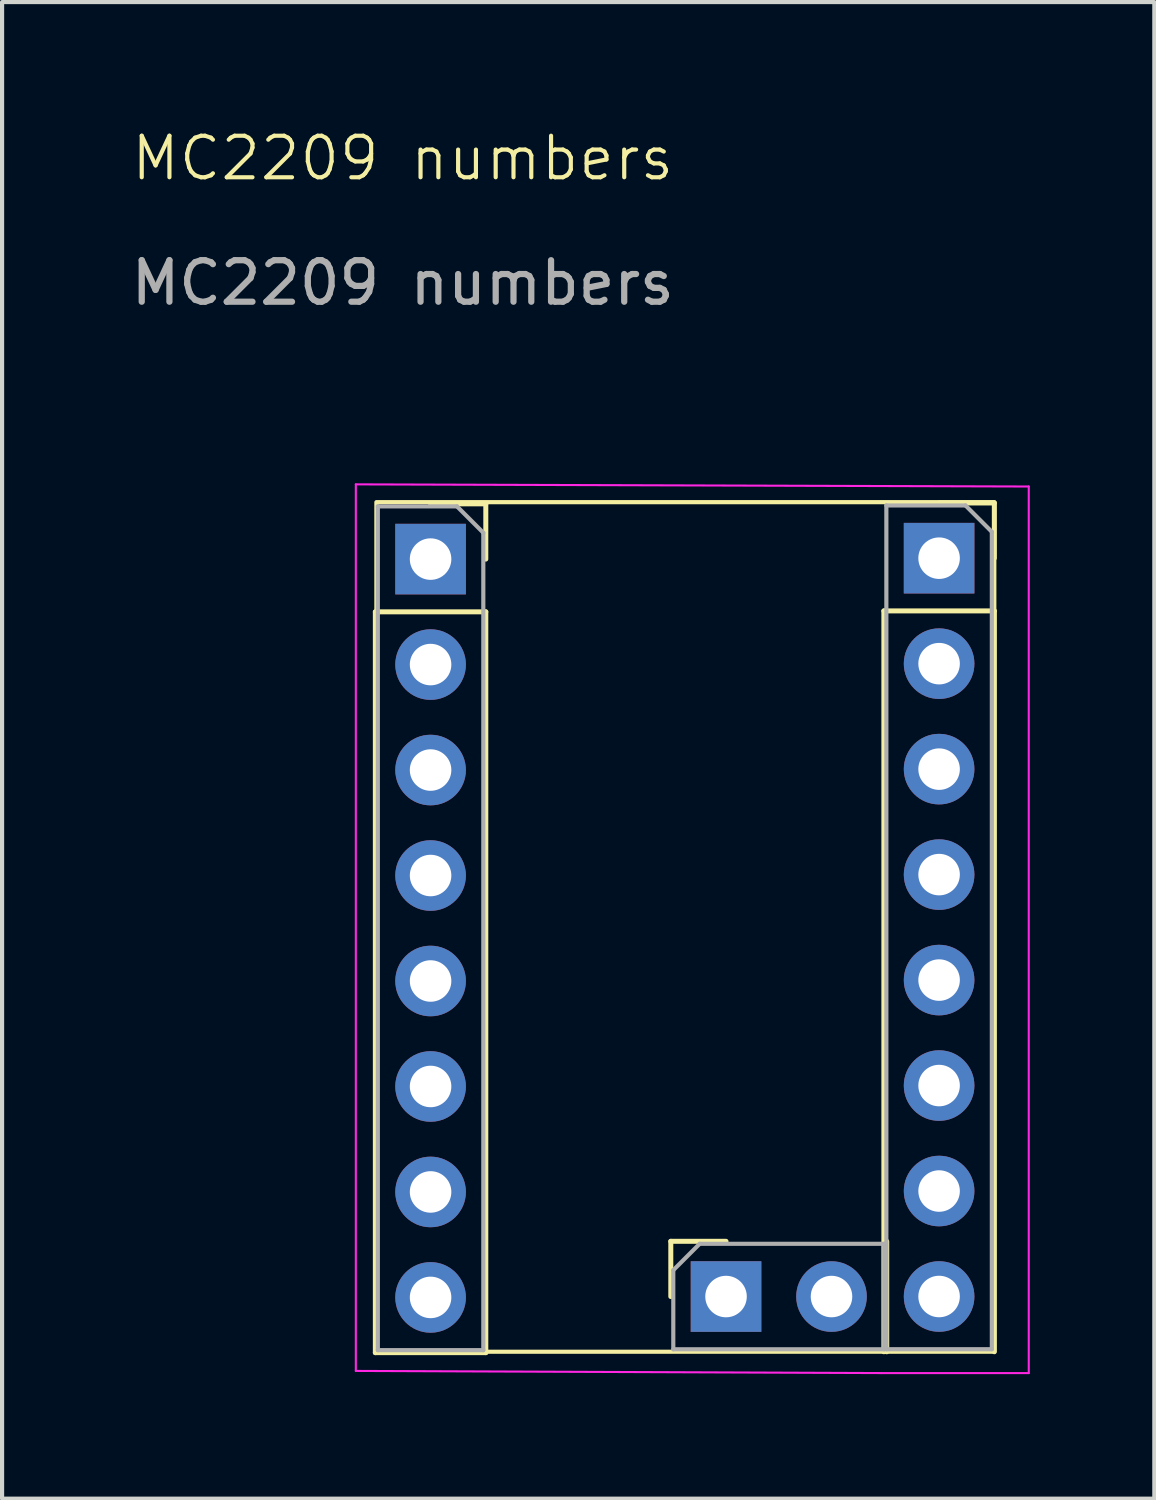
<source format=kicad_pcb>
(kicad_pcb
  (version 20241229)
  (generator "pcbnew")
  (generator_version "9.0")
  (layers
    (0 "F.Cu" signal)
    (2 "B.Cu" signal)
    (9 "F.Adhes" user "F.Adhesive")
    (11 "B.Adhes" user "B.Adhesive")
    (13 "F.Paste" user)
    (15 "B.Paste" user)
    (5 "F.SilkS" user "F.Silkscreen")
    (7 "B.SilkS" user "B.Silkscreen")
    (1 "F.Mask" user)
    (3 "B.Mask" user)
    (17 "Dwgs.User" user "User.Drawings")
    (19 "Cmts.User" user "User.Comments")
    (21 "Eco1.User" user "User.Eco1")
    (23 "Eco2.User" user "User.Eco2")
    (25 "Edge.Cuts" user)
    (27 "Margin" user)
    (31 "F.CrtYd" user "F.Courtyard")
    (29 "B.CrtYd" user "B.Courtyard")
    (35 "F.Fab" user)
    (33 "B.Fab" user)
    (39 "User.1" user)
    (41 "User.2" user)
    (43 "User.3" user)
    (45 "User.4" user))
  (footprint "MC2209 numbers"
    (layer "F.Cu")
    (at 5.938 8.941)
    (property "Reference" "MC2209 numbers" (at 0.711 -8.18 0) (unlocked yes) (layer "F.SilkS") (effects (font (size 1 1) (thickness 0.1))))
    (attr smd)
    (fp_line (start 0.051 2.743) (end 0.051 20.583) (stroke (width 0.12) (type solid)) (layer "F.SilkS"))
    (fp_line (start 0.051 2.743) (end 2.711 2.743) (stroke (width 0.12) (type solid)) (layer "F.SilkS"))
    (fp_line (start 0.051 20.583) (end 2.711 20.583) (stroke (width 0.12) (type solid)) (layer "F.SilkS"))
    (fp_line (start 1.381 0.143) (end 2.711 0.143) (stroke (width 0.12) (type solid)) (layer "F.SilkS"))
    (fp_line (start 2.711 0.143) (end 2.711 1.473) (stroke (width 0.12) (type solid)) (layer "F.SilkS"))
    (fp_line (start 2.711 2.743) (end 2.711 20.583) (stroke (width 0.12) (type solid)) (layer "F.SilkS"))
    (fp_line (start 7.166 17.902) (end 8.496 17.902) (stroke (width 0.12) (type solid)) (layer "F.SilkS"))
    (fp_line (start 7.166 19.232) (end 7.166 17.902) (stroke (width 0.12) (type solid)) (layer "F.SilkS"))
    (fp_line (start 12.297 2.721) (end 12.297 20.561) (stroke (width 0.12) (type solid)) (layer "F.SilkS"))
    (fp_line (start 12.297 2.721) (end 14.957 2.721) (stroke (width 0.12) (type solid)) (layer "F.SilkS"))
    (fp_line (start 12.366 20.562) (end 12.366 17.902) (stroke (width 0.12) (type solid)) (layer "F.SilkS"))
    (fp_line (start 13.627 0.121) (end 14.957 0.121) (stroke (width 0.12) (type solid)) (layer "F.SilkS"))
    (fp_line (start 14.957 0.121) (end 14.957 1.451) (stroke (width 0.12) (type solid)) (layer "F.SilkS"))
    (fp_line (start 14.957 2.721) (end 14.957 20.561) (stroke (width 0.12) (type solid)) (layer "F.SilkS"))
    (fp_rect (start 0.076 0.102) (end 14.957 20.561) (stroke (width 0.1) (type default)) (fill no) (layer "F.SilkS"))
    (fp_line (start -0.419 -0.327) (end 15.786 -0.275) (stroke (width 0.05) (type solid)) (layer "F.CrtYd"))
    (fp_line (start -0.419 21.023) (end -0.419 -0.327) (stroke (width 0.05) (type solid)) (layer "F.CrtYd"))
    (fp_line (start 12.236 21.075) (end -0.419 21.023) (stroke (width 0.05) (type solid)) (layer "F.CrtYd"))
    (fp_line (start 15.786 -0.275) (end 15.786 21.075) (stroke (width 0.05) (type solid)) (layer "F.CrtYd"))
    (fp_line (start 15.786 21.075) (end 12.236 21.075) (stroke (width 0.05) (type solid)) (layer "F.CrtYd"))
    (fp_line (start 0.111 0.203) (end 2.016 0.203) (stroke (width 0.1) (type solid)) (layer "F.Fab"))
    (fp_line (start 0.111 20.523) (end 0.111 0.203) (stroke (width 0.1) (type solid)) (layer "F.Fab"))
    (fp_line (start 2.016 0.203) (end 2.651 0.838) (stroke (width 0.1) (type solid)) (layer "F.Fab"))
    (fp_line (start 2.651 0.838) (end 2.651 20.523) (stroke (width 0.1) (type solid)) (layer "F.Fab"))
    (fp_line (start 2.651 20.523) (end 0.111 20.523) (stroke (width 0.1) (type solid)) (layer "F.Fab"))
    (fp_line (start 7.226 18.597) (end 7.861 17.962) (stroke (width 0.1) (type solid)) (layer "F.Fab"))
    (fp_line (start 7.226 20.502) (end 7.226 18.597) (stroke (width 0.1) (type solid)) (layer "F.Fab"))
    (fp_line (start 7.861 17.962) (end 12.306 17.962) (stroke (width 0.1) (type solid)) (layer "F.Fab"))
    (fp_line (start 12.306 17.962) (end 12.306 20.502) (stroke (width 0.1) (type solid)) (layer "F.Fab"))
    (fp_line (start 12.306 20.502) (end 7.226 20.502) (stroke (width 0.1) (type solid)) (layer "F.Fab"))
    (fp_line (start 12.357 0.181) (end 14.262 0.181) (stroke (width 0.1) (type solid)) (layer "F.Fab"))
    (fp_line (start 12.357 20.501) (end 12.357 0.181) (stroke (width 0.1) (type solid)) (layer "F.Fab"))
    (fp_line (start 14.262 0.181) (end 14.897 0.816) (stroke (width 0.1) (type solid)) (layer "F.Fab"))
    (fp_line (start 14.897 0.816) (end 14.897 20.501) (stroke (width 0.1) (type solid)) (layer "F.Fab"))
    (fp_line (start 14.897 20.501) (end 12.357 20.501) (stroke (width 0.1) (type solid)) (layer "F.Fab"))
    (fp_text user "${REFERENCE}" (at 0.711 -5.18 0) (unlocked yes) (layer "F.Fab") (effects (font (size 1 1) (thickness 0.15))))
    (pad "1" thru_hole rect (at 1.381 1.473) (size 1.7 1.7) (drill 1) (layers "*.Cu" "*.Mask"))
    (pad "2" thru_hole oval (at 1.381 4.013) (size 1.7 1.7) (drill 1) (layers "*.Cu" "*.Mask"))
    (pad "3" thru_hole oval (at 1.381 6.553) (size 1.7 1.7) (drill 1) (layers "*.Cu" "*.Mask"))
    (pad "4" thru_hole oval (at 1.381 9.093) (size 1.7 1.7) (drill 1) (layers "*.Cu" "*.Mask"))
    (pad "5" thru_hole oval (at 1.381 11.633) (size 1.7 1.7) (drill 1) (layers "*.Cu" "*.Mask"))
    (pad "6" thru_hole oval (at 1.381 14.173) (size 1.7 1.7) (drill 1) (layers "*.Cu" "*.Mask"))
    (pad "7" thru_hole oval (at 1.381 16.713) (size 1.7 1.7) (drill 1) (layers "*.Cu" "*.Mask"))
    (pad "8" thru_hole oval (at 1.381 19.253) (size 1.7 1.7) (drill 1) (layers "*.Cu" "*.Mask"))
    (pad "9" thru_hole rect (at 8.496 19.232 90) (size 1.7 1.7) (drill 1) (layers "*.Cu" "*.Mask"))
    (pad "10" thru_hole oval (at 11.036 19.232 90) (size 1.7 1.7) (drill 1) (layers "*.Cu" "*.Mask"))
    (pad "11" thru_hole oval (at 13.627 19.231) (size 1.7 1.7) (drill 1) (layers "*.Cu" "*.Mask"))
    (pad "12" thru_hole oval (at 13.627 16.691) (size 1.7 1.7) (drill 1) (layers "*.Cu" "*.Mask"))
    (pad "13" thru_hole oval (at 13.627 14.151) (size 1.7 1.7) (drill 1) (layers "*.Cu" "*.Mask"))
    (pad "14" thru_hole oval (at 13.627 11.611) (size 1.7 1.7) (drill 1) (layers "*.Cu" "*.Mask"))
    (pad "15" thru_hole oval (at 13.627 9.071) (size 1.7 1.7) (drill 1) (layers "*.Cu" "*.Mask"))
    (pad "16" thru_hole oval (at 13.627 6.531) (size 1.7 1.7) (drill 1) (layers "*.Cu" "*.Mask"))
    (pad "17" thru_hole oval (at 13.627 3.991) (size 1.7 1.7) (drill 1) (layers "*.Cu" "*.Mask"))
    (pad "18" thru_hole rect (at 13.627 1.451) (size 1.7 1.7) (drill 1) (layers "*.Cu" "*.Mask")))
  (gr_rect
    (start -3 -3)
    (end 24.748 33.041)
    (stroke (width 0.1) (type default))
    (fill no)
    (layer "Edge.Cuts")))
</source>
